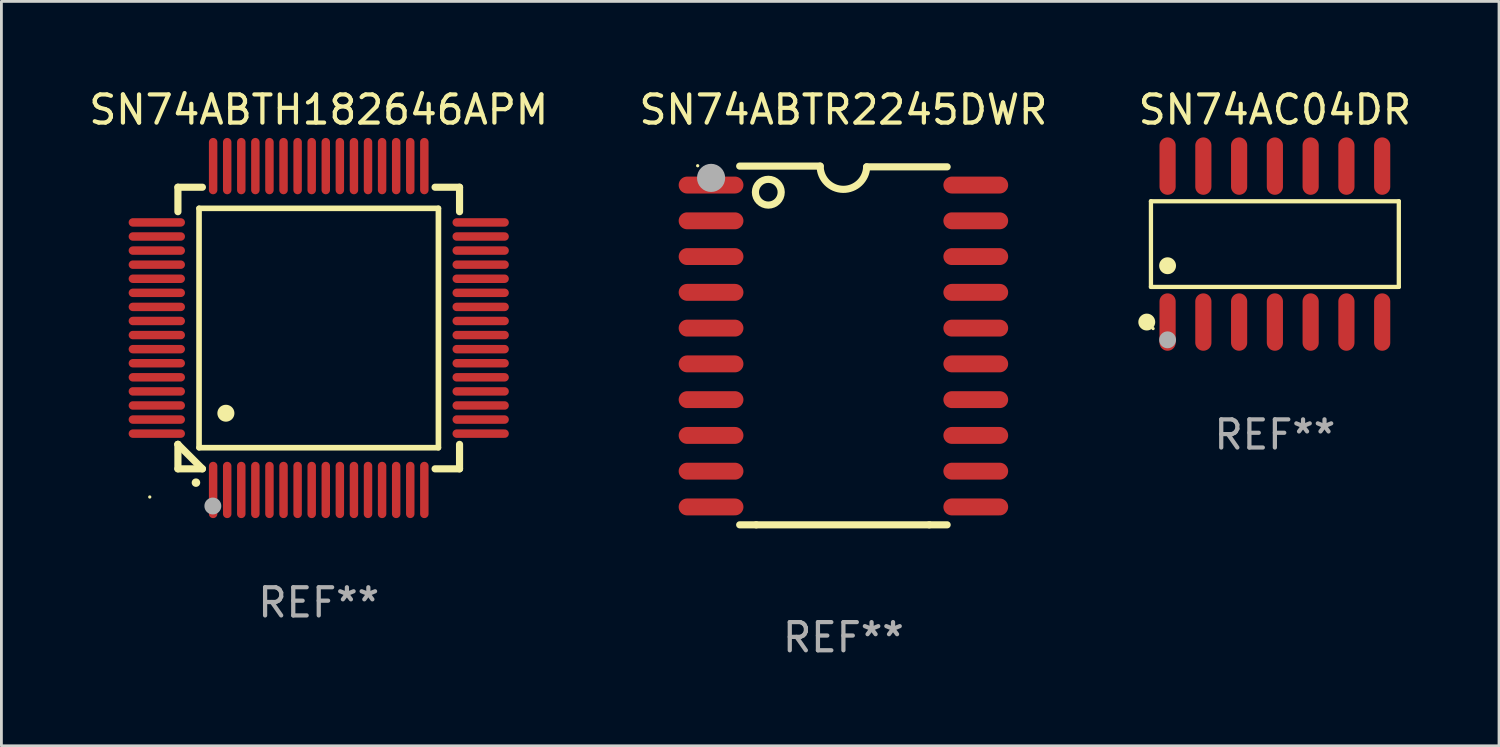
<source format=kicad_pcb>
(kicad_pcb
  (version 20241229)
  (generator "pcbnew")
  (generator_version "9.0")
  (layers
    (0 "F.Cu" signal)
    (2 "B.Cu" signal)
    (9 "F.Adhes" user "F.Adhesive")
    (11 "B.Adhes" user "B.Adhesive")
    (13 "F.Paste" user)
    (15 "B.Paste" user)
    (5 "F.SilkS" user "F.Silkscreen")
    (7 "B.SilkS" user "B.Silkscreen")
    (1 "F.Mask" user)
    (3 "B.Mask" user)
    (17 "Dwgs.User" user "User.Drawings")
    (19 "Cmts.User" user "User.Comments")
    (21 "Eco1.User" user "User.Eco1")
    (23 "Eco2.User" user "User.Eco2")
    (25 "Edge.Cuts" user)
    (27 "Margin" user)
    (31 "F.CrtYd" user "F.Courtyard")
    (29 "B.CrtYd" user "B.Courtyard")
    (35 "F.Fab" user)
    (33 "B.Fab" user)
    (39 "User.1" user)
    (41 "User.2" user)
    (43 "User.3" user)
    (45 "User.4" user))
  (footprint "SN74ABTH182646APM"
    (layer "F.Cu")
    (at 8.268 8.598)
    (property "Reference" "SN74ABTH182646APM" (at 0 -7.75 0) (layer "F.SilkS") (effects (font (size 1 1) (thickness 0.15))))
    (attr through_hole)
    (fp_line (start -5 -5) (end -4.131 -5) (stroke (width 0.254) (type solid)) (layer "F.SilkS"))
    (fp_line (start -5 -4.131) (end -5 -5) (stroke (width 0.254) (type solid)) (layer "F.SilkS"))
    (fp_line (start -5 4.131) (end -5 4.131) (stroke (width 0.254) (type solid)) (layer "F.SilkS"))
    (fp_line (start -5 5) (end -5 4.131) (stroke (width 0.254) (type solid)) (layer "F.SilkS"))
    (fp_line (start -5 4.131) (end -4.131 5) (stroke (width 0.254) (type solid)) (layer "F.SilkS"))
    (fp_line (start -4.25 -4.25) (end -4.25 4.25) (stroke (width 0.2) (type solid)) (layer "F.SilkS"))
    (fp_line (start -4.25 4.25) (end 4.25 4.25) (stroke (width 0.2) (type solid)) (layer "F.SilkS"))
    (fp_line (start -4.131 5) (end -5 5) (stroke (width 0.254) (type solid)) (layer "F.SilkS"))
    (fp_line (start 4.25 -4.25) (end -4.25 -4.25) (stroke (width 0.2) (type solid)) (layer "F.SilkS"))
    (fp_line (start 4.25 4.25) (end 4.25 -4.25) (stroke (width 0.2) (type solid)) (layer "F.SilkS"))
    (fp_line (start 5 -5) (end 4.131 -5) (stroke (width 0.254) (type solid)) (layer "F.SilkS"))
    (fp_line (start 5 -5) (end 5 -4.131) (stroke (width 0.254) (type solid)) (layer "F.SilkS"))
    (fp_line (start 5 4.131) (end 5 5) (stroke (width 0.254) (type solid)) (layer "F.SilkS"))
    (fp_line (start 5 5) (end 4.131 5) (stroke (width 0.254) (type solid)) (layer "F.SilkS"))
    (fp_arc (start -4.361265 5.489992) (mid -4.359995 5.489987) (end -4.358725 5.489992) (stroke (width 0.3) (type solid)) (layer "F.SilkS"))
    (fp_arc (start -3.299467 3.025146) (mid -3.296927 3.025135) (end -3.294387 3.025146) (stroke (width 0.6) (type solid)) (layer "F.SilkS"))
    (fp_circle (center -6 6) (end -5.97 6) (stroke (width 0.06) (type solid)) (fill no) (layer "F.SilkS"))
    (fp_circle (center -3.76 6.32) (end -3.61 6.32) (stroke (width 0.3) (type solid)) (fill no) (layer "F.Fab"))
    (fp_text user "REF**" (at 0 9.75 0) (layer "F.Fab") (effects (font (size 1 1) (thickness 0.15))))
    (pad "1" smd oval (at -3.75 5.75) (size 0.3 2) (layers "F.Cu" "F.Mask" "F.Paste"))
    (pad "2" smd oval (at -3.25 5.75) (size 0.3 2) (layers "F.Cu" "F.Mask" "F.Paste"))
    (pad "3" smd oval (at -2.75 5.75) (size 0.3 2) (layers "F.Cu" "F.Mask" "F.Paste"))
    (pad "4" smd oval (at -2.25 5.75) (size 0.3 2) (layers "F.Cu" "F.Mask" "F.Paste"))
    (pad "5" smd oval (at -1.75 5.75) (size 0.3 2) (layers "F.Cu" "F.Mask" "F.Paste"))
    (pad "6" smd oval (at -1.25 5.75) (size 0.3 2) (layers "F.Cu" "F.Mask" "F.Paste"))
    (pad "7" smd oval (at -0.75 5.75) (size 0.3 2) (layers "F.Cu" "F.Mask" "F.Paste"))
    (pad "8" smd oval (at -0.25 5.75) (size 0.3 2) (layers "F.Cu" "F.Mask" "F.Paste"))
    (pad "9" smd oval (at 0.25 5.75) (size 0.3 2) (layers "F.Cu" "F.Mask" "F.Paste"))
    (pad "10" smd oval (at 0.75 5.75) (size 0.3 2) (layers "F.Cu" "F.Mask" "F.Paste"))
    (pad "11" smd oval (at 1.25 5.75) (size 0.3 2) (layers "F.Cu" "F.Mask" "F.Paste"))
    (pad "12" smd oval (at 1.75 5.75) (size 0.3 2) (layers "F.Cu" "F.Mask" "F.Paste"))
    (pad "13" smd oval (at 2.25 5.75) (size 0.3 2) (layers "F.Cu" "F.Mask" "F.Paste"))
    (pad "14" smd oval (at 2.75 5.75) (size 0.3 2) (layers "F.Cu" "F.Mask" "F.Paste"))
    (pad "15" smd oval (at 3.25 5.75) (size 0.3 2) (layers "F.Cu" "F.Mask" "F.Paste"))
    (pad "16" smd oval (at 3.75 5.75) (size 0.3 2) (layers "F.Cu" "F.Mask" "F.Paste"))
    (pad "17" smd oval (at 5.75 3.75) (size 2 0.3) (layers "F.Cu" "F.Mask" "F.Paste"))
    (pad "18" smd oval (at 5.75 3.25) (size 2 0.3) (layers "F.Cu" "F.Mask" "F.Paste"))
    (pad "19" smd oval (at 5.75 2.75) (size 2 0.3) (layers "F.Cu" "F.Mask" "F.Paste"))
    (pad "20" smd oval (at 5.75 2.25) (size 2 0.3) (layers "F.Cu" "F.Mask" "F.Paste"))
    (pad "21" smd oval (at 5.75 1.75) (size 2 0.3) (layers "F.Cu" "F.Mask" "F.Paste"))
    (pad "22" smd oval (at 5.75 1.25) (size 2 0.3) (layers "F.Cu" "F.Mask" "F.Paste"))
    (pad "23" smd oval (at 5.75 0.75) (size 2 0.3) (layers "F.Cu" "F.Mask" "F.Paste"))
    (pad "24" smd oval (at 5.75 0.25) (size 2 0.3) (layers "F.Cu" "F.Mask" "F.Paste"))
    (pad "25" smd oval (at 5.75 -0.25) (size 2 0.3) (layers "F.Cu" "F.Mask" "F.Paste"))
    (pad "26" smd oval (at 5.75 -0.75) (size 2 0.3) (layers "F.Cu" "F.Mask" "F.Paste"))
    (pad "27" smd oval (at 5.75 -1.25) (size 2 0.3) (layers "F.Cu" "F.Mask" "F.Paste"))
    (pad "28" smd oval (at 5.75 -1.75) (size 2 0.3) (layers "F.Cu" "F.Mask" "F.Paste"))
    (pad "29" smd oval (at 5.75 -2.25) (size 2 0.3) (layers "F.Cu" "F.Mask" "F.Paste"))
    (pad "30" smd oval (at 5.75 -2.75) (size 2 0.3) (layers "F.Cu" "F.Mask" "F.Paste"))
    (pad "31" smd oval (at 5.75 -3.25) (size 2 0.3) (layers "F.Cu" "F.Mask" "F.Paste"))
    (pad "32" smd oval (at 5.75 -3.75) (size 2 0.3) (layers "F.Cu" "F.Mask" "F.Paste"))
    (pad "33" smd oval (at 3.75 -5.75) (size 0.3 2) (layers "F.Cu" "F.Mask" "F.Paste"))
    (pad "34" smd oval (at 3.25 -5.75) (size 0.3 2) (layers "F.Cu" "F.Mask" "F.Paste"))
    (pad "35" smd oval (at 2.75 -5.75) (size 0.3 2) (layers "F.Cu" "F.Mask" "F.Paste"))
    (pad "36" smd oval (at 2.25 -5.75) (size 0.3 2) (layers "F.Cu" "F.Mask" "F.Paste"))
    (pad "37" smd oval (at 1.75 -5.75) (size 0.3 2) (layers "F.Cu" "F.Mask" "F.Paste"))
    (pad "38" smd oval (at 1.25 -5.75) (size 0.3 2) (layers "F.Cu" "F.Mask" "F.Paste"))
    (pad "39" smd oval (at 0.75 -5.75) (size 0.3 2) (layers "F.Cu" "F.Mask" "F.Paste"))
    (pad "40" smd oval (at 0.25 -5.75) (size 0.3 2) (layers "F.Cu" "F.Mask" "F.Paste"))
    (pad "41" smd oval (at -0.25 -5.75) (size 0.3 2) (layers "F.Cu" "F.Mask" "F.Paste"))
    (pad "42" smd oval (at -0.75 -5.75) (size 0.3 2) (layers "F.Cu" "F.Mask" "F.Paste"))
    (pad "43" smd oval (at -1.25 -5.75) (size 0.3 2) (layers "F.Cu" "F.Mask" "F.Paste"))
    (pad "44" smd oval (at -1.75 -5.75) (size 0.3 2) (layers "F.Cu" "F.Mask" "F.Paste"))
    (pad "45" smd oval (at -2.25 -5.75) (size 0.3 2) (layers "F.Cu" "F.Mask" "F.Paste"))
    (pad "46" smd oval (at -2.75 -5.75) (size 0.3 2) (layers "F.Cu" "F.Mask" "F.Paste"))
    (pad "47" smd oval (at -3.25 -5.75) (size 0.3 2) (layers "F.Cu" "F.Mask" "F.Paste"))
    (pad "48" smd oval (at -3.75 -5.75) (size 0.3 2) (layers "F.Cu" "F.Mask" "F.Paste"))
    (pad "49" smd oval (at -5.75 -3.75) (size 2 0.3) (layers "F.Cu" "F.Mask" "F.Paste"))
    (pad "50" smd oval (at -5.75 -3.25) (size 2 0.3) (layers "F.Cu" "F.Mask" "F.Paste"))
    (pad "51" smd oval (at -5.75 -2.75) (size 2 0.3) (layers "F.Cu" "F.Mask" "F.Paste"))
    (pad "52" smd oval (at -5.75 -2.25) (size 2 0.3) (layers "F.Cu" "F.Mask" "F.Paste"))
    (pad "53" smd oval (at -5.75 -1.75) (size 2 0.3) (layers "F.Cu" "F.Mask" "F.Paste"))
    (pad "54" smd oval (at -5.75 -1.25) (size 2 0.3) (layers "F.Cu" "F.Mask" "F.Paste"))
    (pad "55" smd oval (at -5.75 -0.75) (size 2 0.3) (layers "F.Cu" "F.Mask" "F.Paste"))
    (pad "56" smd oval (at -5.75 -0.25) (size 2 0.3) (layers "F.Cu" "F.Mask" "F.Paste"))
    (pad "57" smd oval (at -5.75 0.25) (size 2 0.3) (layers "F.Cu" "F.Mask" "F.Paste"))
    (pad "58" smd oval (at -5.75 0.75) (size 2 0.3) (layers "F.Cu" "F.Mask" "F.Paste"))
    (pad "59" smd oval (at -5.75 1.25) (size 2 0.3) (layers "F.Cu" "F.Mask" "F.Paste"))
    (pad "60" smd oval (at -5.75 1.75) (size 2 0.3) (layers "F.Cu" "F.Mask" "F.Paste"))
    (pad "61" smd oval (at -5.75 2.25) (size 2 0.3) (layers "F.Cu" "F.Mask" "F.Paste"))
    (pad "62" smd oval (at -5.75 2.75) (size 2 0.3) (layers "F.Cu" "F.Mask" "F.Paste"))
    (pad "63" smd oval (at -5.75 3.25) (size 2 0.3) (layers "F.Cu" "F.Mask" "F.Paste"))
    (pad "64" smd oval (at -5.75 3.75) (size 2 0.3) (layers "F.Cu" "F.Mask" "F.Paste")))
  (footprint "SN74AC04DR"
    (layer "F.Cu")
    (at 42.22 5.617)
    (property "Reference" "SN74AC04DR" (at 0 -4.769 0) (layer "F.SilkS") (effects (font (size 1 1) (thickness 0.15))))
    (attr through_hole)
    (fp_line (start -4.401 -1.521) (end 4.401 -1.521) (stroke (width 0.152) (type solid)) (layer "F.SilkS"))
    (fp_line (start -4.401 1.521) (end -4.401 -1.521) (stroke (width 0.152) (type solid)) (layer "F.SilkS"))
    (fp_line (start 4.401 -1.521) (end 4.401 1.521) (stroke (width 0.152) (type solid)) (layer "F.SilkS"))
    (fp_line (start 4.401 1.521) (end -4.401 1.521) (stroke (width 0.152) (type solid)) (layer "F.SilkS"))
    (fp_circle (center -4.549 2.769) (end -4.399 2.769) (stroke (width 0.3) (type solid)) (fill no) (layer "F.SilkS"))
    (fp_circle (center -4.325 3) (end -4.295 3) (stroke (width 0.06) (type solid)) (fill no) (layer "F.SilkS"))
    (fp_circle (center -3.81 0.769) (end -3.66 0.769) (stroke (width 0.3) (type solid)) (fill no) (layer "F.SilkS"))
    (fp_circle (center -3.81 3.4) (end -3.66 3.4) (stroke (width 0.3) (type solid)) (fill no) (layer "F.Fab"))
    (fp_text user "REF**" (at 0 6.769 0) (layer "F.Fab") (effects (font (size 1 1) (thickness 0.15))))
    (pad "1" smd oval (at -3.81 2.769) (size 0.574 2.038) (layers "F.Cu" "F.Mask" "F.Paste"))
    (pad "2" smd oval (at -2.54 2.769) (size 0.574 2.038) (layers "F.Cu" "F.Mask" "F.Paste"))
    (pad "3" smd oval (at -1.27 2.769) (size 0.574 2.038) (layers "F.Cu" "F.Mask" "F.Paste"))
    (pad "4" smd oval (at 0 2.769) (size 0.574 2.038) (layers "F.Cu" "F.Mask" "F.Paste"))
    (pad "5" smd oval (at 1.27 2.769) (size 0.574 2.038) (layers "F.Cu" "F.Mask" "F.Paste"))
    (pad "6" smd oval (at 2.54 2.769) (size 0.574 2.038) (layers "F.Cu" "F.Mask" "F.Paste"))
    (pad "7" smd oval (at 3.81 2.769) (size 0.574 2.038) (layers "F.Cu" "F.Mask" "F.Paste"))
    (pad "8" smd oval (at 3.81 -2.769) (size 0.574 2.038) (layers "F.Cu" "F.Mask" "F.Paste"))
    (pad "9" smd oval (at 2.54 -2.769) (size 0.574 2.038) (layers "F.Cu" "F.Mask" "F.Paste"))
    (pad "10" smd oval (at 1.27 -2.769) (size 0.574 2.038) (layers "F.Cu" "F.Mask" "F.Paste"))
    (pad "11" smd oval (at 0 -2.769) (size 0.574 2.038) (layers "F.Cu" "F.Mask" "F.Paste"))
    (pad "12" smd oval (at -1.27 -2.769) (size 0.574 2.038) (layers "F.Cu" "F.Mask" "F.Paste"))
    (pad "13" smd oval (at -2.54 -2.769) (size 0.574 2.038) (layers "F.Cu" "F.Mask" "F.Paste"))
    (pad "14" smd oval (at -3.81 -2.769) (size 0.574 2.038) (layers "F.Cu" "F.Mask" "F.Paste")))
  (footprint "SN74ABTR2245DWR"
    (layer "F.Cu")
    (at 26.899 9.217)
    (property "Reference" "SN74ABTR2245DWR" (at 0 -8.369 0) (layer "F.SilkS") (effects (font (size 1 1) (thickness 0.15))))
    (attr through_hole)
    (fp_line (start -3.096 6.369) (end -3.683 6.369) (stroke (width 0.254) (type solid)) (layer "F.SilkS"))
    (fp_line (start -0.825 -6.369) (end -3.683 -6.369) (stroke (width 0.254) (type solid)) (layer "F.SilkS"))
    (fp_line (start 0.826 -6.343) (end 3.683 -6.343) (stroke (width 0.254) (type solid)) (layer "F.SilkS"))
    (fp_line (start 3.048 6.369) (end -3.096 6.369) (stroke (width 0.254) (type solid)) (layer "F.SilkS"))
    (fp_line (start 3.048 6.369) (end 3.683 6.369) (stroke (width 0.254) (type solid)) (layer "F.SilkS"))
    (fp_arc (start 0.825527 -6.343129) (mid -0.012478 -5.543126) (end -0.825476 -6.36853) (stroke (width 0.254001) (type solid)) (layer "F.SilkS"))
    (fp_circle (center -5.175 -6.382) (end -5.145 -6.382) (stroke (width 0.06) (type solid)) (fill no) (layer "F.SilkS"))
    (fp_circle (center -2.667 -5.442) (end -2.209 -5.442) (stroke (width 0.254) (type solid)) (fill no) (layer "F.SilkS"))
    (fp_circle (center -4.699 -5.95) (end -4.449 -5.95) (stroke (width 0.5) (type solid)) (fill no) (layer "F.Fab"))
    (fp_text user "REF**" (at 0 10.369 0) (layer "F.Fab") (effects (font (size 1 1) (thickness 0.15))))
    (pad "1" smd oval (at -4.7 -5.696 90) (size 0.6 2.3) (layers "F.Cu" "F.Mask" "F.Paste"))
    (pad "2" smd oval (at -4.7 -4.426 90) (size 0.6 2.3) (layers "F.Cu" "F.Mask" "F.Paste"))
    (pad "3" smd oval (at -4.7 -3.156 90) (size 0.6 2.3) (layers "F.Cu" "F.Mask" "F.Paste"))
    (pad "4" smd oval (at -4.7 -1.886 90) (size 0.6 2.3) (layers "F.Cu" "F.Mask" "F.Paste"))
    (pad "5" smd oval (at -4.7 -0.616 90) (size 0.6 2.3) (layers "F.Cu" "F.Mask" "F.Paste"))
    (pad "6" smd oval (at -4.7 0.654 90) (size 0.6 2.3) (layers "F.Cu" "F.Mask" "F.Paste"))
    (pad "7" smd oval (at -4.7 1.924 90) (size 0.6 2.3) (layers "F.Cu" "F.Mask" "F.Paste"))
    (pad "8" smd oval (at -4.7 3.194 90) (size 0.6 2.3) (layers "F.Cu" "F.Mask" "F.Paste"))
    (pad "9" smd oval (at -4.7 4.464 90) (size 0.6 2.3) (layers "F.Cu" "F.Mask" "F.Paste"))
    (pad "10" smd oval (at -4.7 5.734 90) (size 0.6 2.3) (layers "F.Cu" "F.Mask" "F.Paste"))
    (pad "11" smd oval (at 4.7 5.734 90) (size 0.6 2.3) (layers "F.Cu" "F.Mask" "F.Paste"))
    (pad "12" smd oval (at 4.7 4.464 90) (size 0.6 2.3) (layers "F.Cu" "F.Mask" "F.Paste"))
    (pad "13" smd oval (at 4.7 3.194 90) (size 0.6 2.3) (layers "F.Cu" "F.Mask" "F.Paste"))
    (pad "14" smd oval (at 4.7 1.924 90) (size 0.6 2.3) (layers "F.Cu" "F.Mask" "F.Paste"))
    (pad "15" smd oval (at 4.7 0.654 90) (size 0.6 2.3) (layers "F.Cu" "F.Mask" "F.Paste"))
    (pad "16" smd oval (at 4.7 -0.616 90) (size 0.6 2.3) (layers "F.Cu" "F.Mask" "F.Paste"))
    (pad "17" smd oval (at 4.7 -1.886 90) (size 0.6 2.3) (layers "F.Cu" "F.Mask" "F.Paste"))
    (pad "18" smd oval (at 4.7 -3.156 90) (size 0.6 2.3) (layers "F.Cu" "F.Mask" "F.Paste"))
    (pad "19" smd oval (at 4.7 -4.426 90) (size 0.6 2.3) (layers "F.Cu" "F.Mask" "F.Paste"))
    (pad "20" smd oval (at 4.7 -5.696 90) (size 0.6 2.3) (layers "F.Cu" "F.Mask" "F.Paste")))
  (gr_rect
    (start -3 -3)
    (end 50.179 23.434)
    (stroke (width 0.1) (type default))
    (fill no)
    (layer "Edge.Cuts")))
</source>
